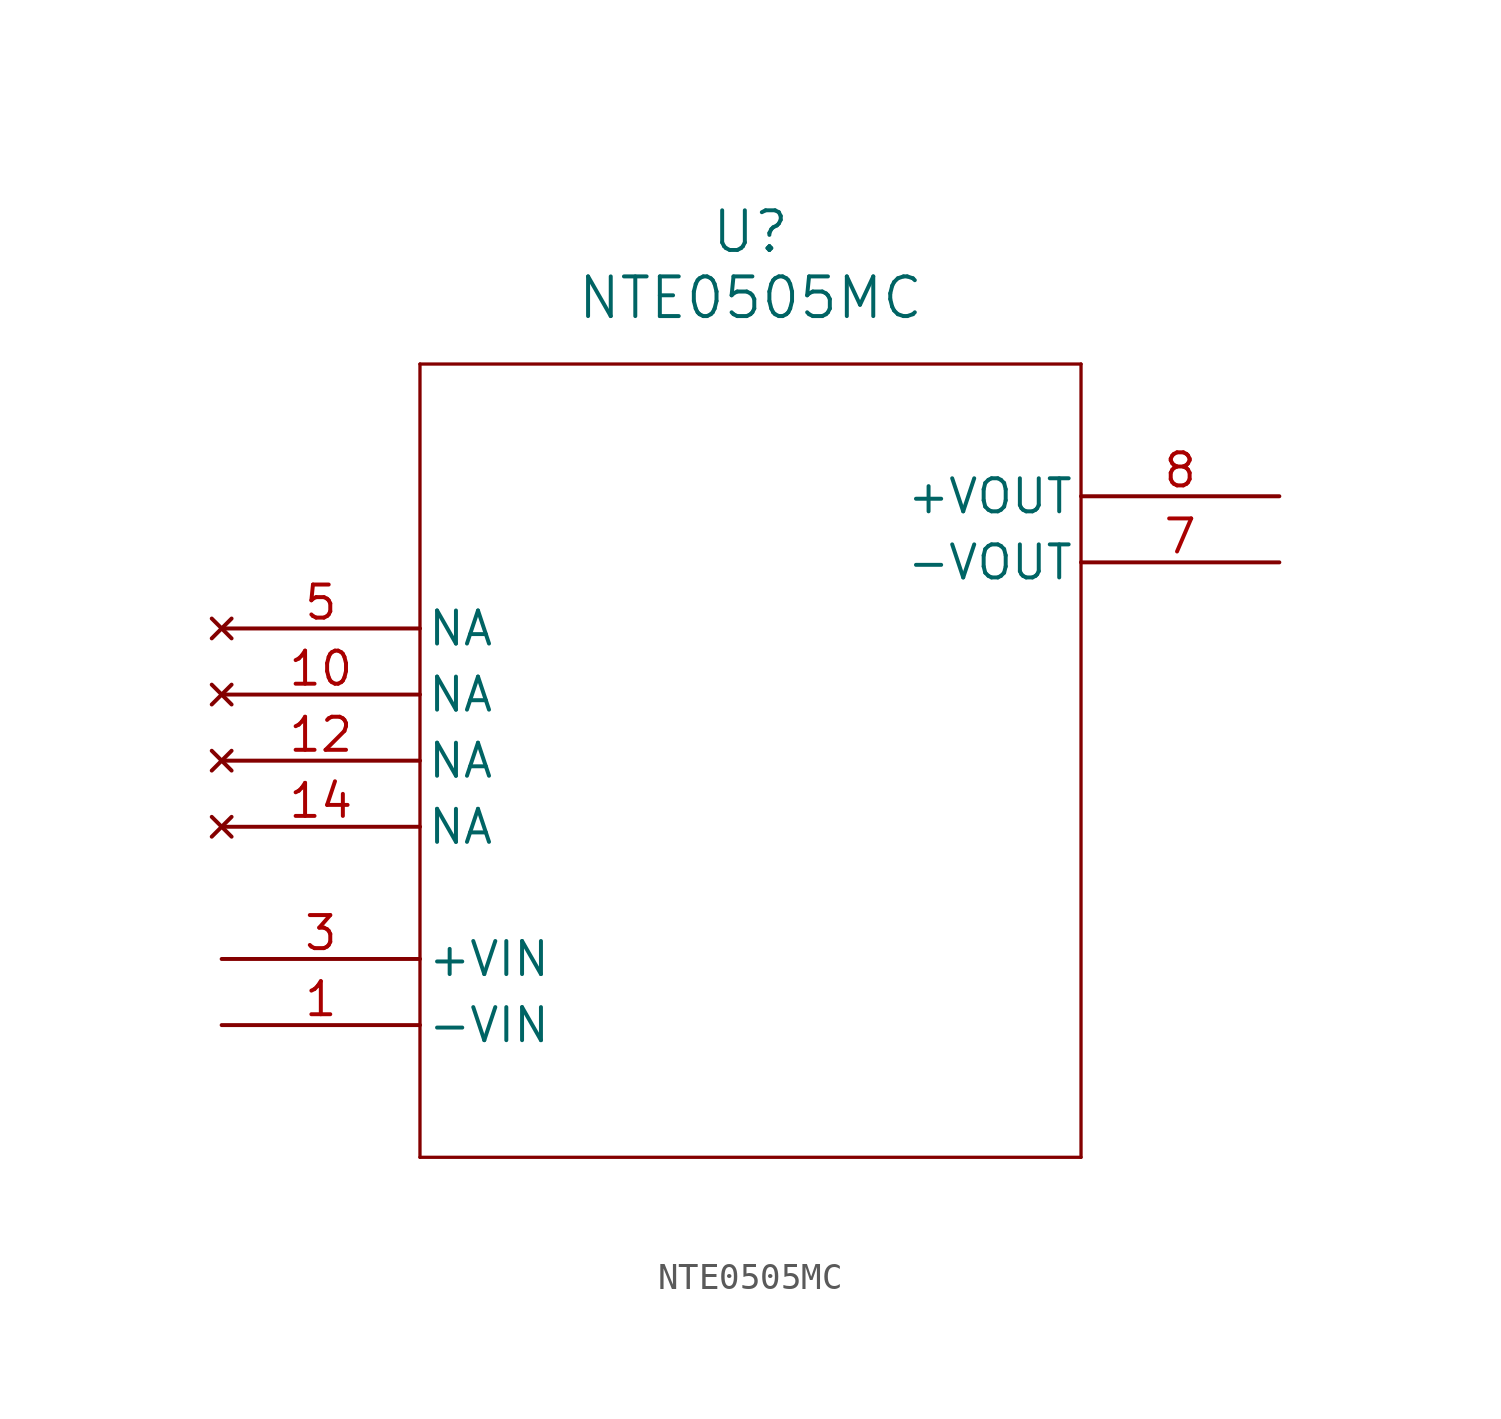
<source format=kicad_sym>
(kicad_symbol_lib
  (version 20211014)
  (generator kicad_symbol_editor)
  (symbol "NTE0505MC"
    (pin_names
      (offset 0.254))
    (property "Reference" "U"
      (at 20.32 15.24 0)
      (effects (font (size 1.524 1.524))))
    (property "Value" "NTE0505MC"
      (at 20.32 12.7 0)
      (effects (font (size 1.524 1.524))))
    (symbol "NTE0505MC_0_1"
      (polyline (pts (xy 7.62 10.16) (xy 7.62 -20.32)) (stroke (width 0.127) (type default) (color 0 0 0 0)) (fill (type none)))
      (polyline (pts (xy 7.62 -20.32) (xy 33.02 -20.32)) (stroke (width 0.127) (type default) (color 0 0 0 0)) (fill (type none)))
      (polyline (pts (xy 33.02 -20.32) (xy 33.02 10.16)) (stroke (width 0.127) (type default) (color 0 0 0 0)) (fill (type none)))
      (polyline (pts (xy 33.02 10.16) (xy 7.62 10.16)) (stroke (width 0.127) (type default) (color 0 0 0 0)) (fill (type none)))
      (pin power_in line (at 0 -15.24 0) (length 7.62) (name "-VIN" (effects (font (size 1.27 1.27)))) (number "1" (effects (font (size 1.27 1.27)))))
      (pin power_in line (at 0 -12.7 0) (length 7.62) (name "+VIN" (effects (font (size 1.27 1.27)))) (number "3" (effects (font (size 1.27 1.27)))))
      (pin no_connect line (at 0 0 0) (length 7.62) (name "NA" (effects (font (size 1.27 1.27)))) (number "5" (effects (font (size 1.27 1.27)))))
      (pin output line (at 40.64 2.54 180) (length 7.62) (name "-VOUT" (effects (font (size 1.27 1.27)))) (number "7" (effects (font (size 1.27 1.27)))))
      (pin output line (at 40.64 5.08 180) (length 7.62) (name "+VOUT" (effects (font (size 1.27 1.27)))) (number "8" (effects (font (size 1.27 1.27)))))
      (pin no_connect line (at 0 -2.54 0) (length 7.62) (name "NA" (effects (font (size 1.27 1.27)))) (number "10" (effects (font (size 1.27 1.27)))))
      (pin no_connect line (at 0 -5.08 0) (length 7.62) (name "NA" (effects (font (size 1.27 1.27)))) (number "12" (effects (font (size 1.27 1.27)))))
      (pin no_connect line (at 0 -7.62 0) (length 7.62) (name "NA" (effects (font (size 1.27 1.27)))) (number "14" (effects (font (size 1.27 1.27))))))))
</source>
